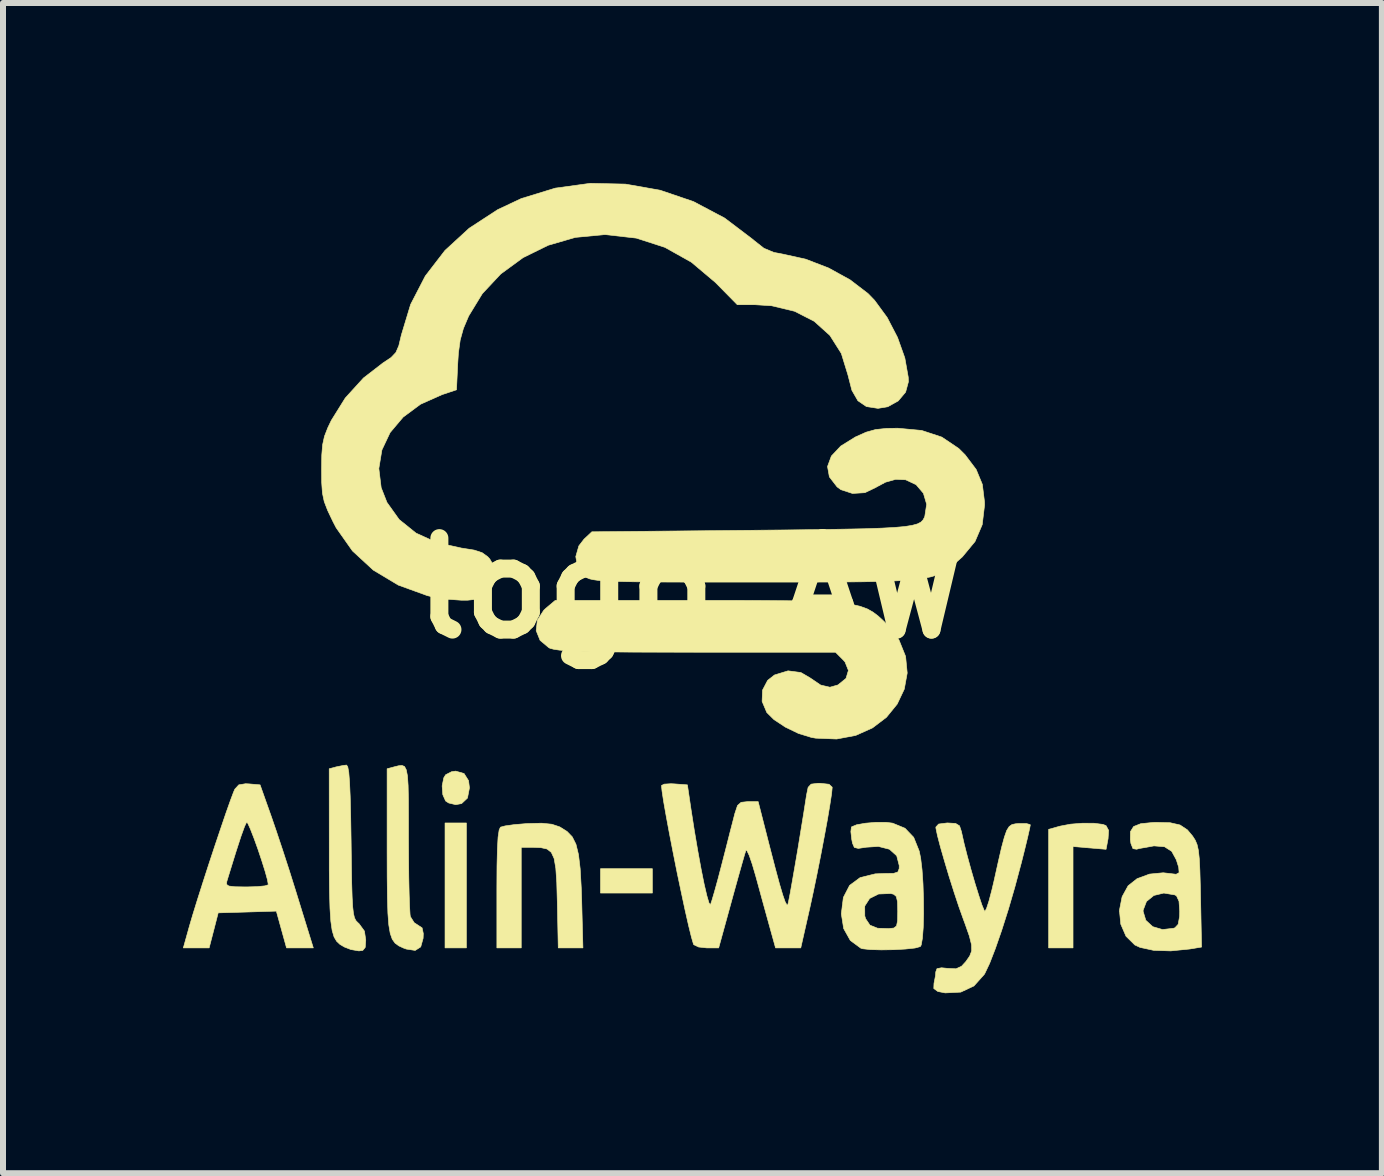
<source format=kicad_pcb>
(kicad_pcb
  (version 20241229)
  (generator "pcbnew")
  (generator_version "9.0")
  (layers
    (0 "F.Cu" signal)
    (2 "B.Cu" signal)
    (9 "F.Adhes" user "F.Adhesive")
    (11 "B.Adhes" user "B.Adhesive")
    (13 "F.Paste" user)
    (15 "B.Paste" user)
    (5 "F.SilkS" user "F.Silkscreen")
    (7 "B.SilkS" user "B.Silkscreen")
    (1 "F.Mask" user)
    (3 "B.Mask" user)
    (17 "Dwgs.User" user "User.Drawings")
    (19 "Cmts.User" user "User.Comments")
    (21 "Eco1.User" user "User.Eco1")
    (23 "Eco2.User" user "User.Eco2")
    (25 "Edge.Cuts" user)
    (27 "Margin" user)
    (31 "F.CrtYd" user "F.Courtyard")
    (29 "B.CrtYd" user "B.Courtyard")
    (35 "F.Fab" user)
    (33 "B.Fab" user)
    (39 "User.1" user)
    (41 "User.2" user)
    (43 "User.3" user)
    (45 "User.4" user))
  (footprint "logo_AW"
    (layer "F.Cu")
    (at 8.481 6.752)
    (property "Reference" "logo_AW" (at 0 0 0) (layer "F.SilkS") (effects (font (size 1.524 1.524) (thickness 0.3))))
    (attr through_hole)
    (fp_poly (pts (xy -3.759 5.994) (xy -4.115 5.994) (xy -4.115 3.912) (xy -3.759 3.912) (xy -3.759 5.994)) (stroke (width 0.01) (type solid)) (fill yes) (layer "F.SilkS"))
    (fp_poly (pts (xy -0.66 5.08) (xy -1.524 5.08) (xy -1.524 4.674) (xy -0.66 4.674) (xy -0.66 5.08)) (stroke (width 0.01) (type solid)) (fill yes) (layer "F.SilkS"))
    (fp_poly (pts (xy 6.701 3.917) (xy 6.848 3.936) (xy 6.9 3.956) (xy 6.943 4.035) (xy 6.934 4.175) (xy 6.901 4.351) (xy 6.35 4.305) (xy 6.35 5.994) (xy 5.944 5.994) (xy 5.944 4.018) (xy 6.134 3.965) (xy 6.308 3.932) (xy 6.509 3.916) (xy 6.701 3.917)) (stroke (width 0.01) (type solid)) (fill yes) (layer "F.SilkS"))
    (fp_poly (pts (xy -3.798 3.088) (xy -3.723 3.207) (xy -3.708 3.327) (xy -3.741 3.497) (xy -3.839 3.589) (xy -3.937 3.607) (xy -4.054 3.579) (xy -4.105 3.546) (xy -4.152 3.441) (xy -4.163 3.295) (xy -4.136 3.16) (xy -4.105 3.109) (xy -4.006 3.058) (xy -3.937 3.048) (xy -3.798 3.088)) (stroke (width 0.01) (type solid)) (fill yes) (layer "F.SilkS"))
    (fp_poly (pts (xy -2.336 3.933) (xy -2.207 3.976) (xy -2.194 3.983) (xy -2.081 4.054) (xy -1.995 4.143) (xy -1.933 4.267) (xy -1.891 4.439) (xy -1.863 4.674) (xy -1.845 4.988) (xy -1.838 5.194) (xy -1.817 5.994) (xy -2.228 5.994) (xy -2.244 5.228) (xy -2.253 4.904) (xy -2.269 4.667) (xy -2.297 4.504) (xy -2.344 4.402) (xy -2.415 4.346) (xy -2.518 4.323) (xy -2.651 4.318) (xy -2.845 4.318) (xy -2.845 5.994) (xy -3.251 5.994) (xy -3.251 5.007) (xy -3.249 4.629) (xy -3.242 4.345) (xy -3.231 4.148) (xy -3.213 4.029) (xy -3.191 3.982) (xy -3.113 3.961) (xy -2.964 3.94) (xy -2.774 3.924) (xy -2.743 3.922) (xy -2.504 3.916) (xy -2.336 3.933)) (stroke (width 0.01) (type solid)) (fill yes) (layer "F.SilkS"))
    (fp_poly (pts (xy -5.736 2.976) (xy -5.719 3.068) (xy -5.706 3.232) (xy -5.695 3.474) (xy -5.687 3.803) (xy -5.68 4.221) (xy -5.675 4.613) (xy -5.67 4.917) (xy -5.663 5.144) (xy -5.654 5.307) (xy -5.641 5.419) (xy -5.624 5.492) (xy -5.6 5.539) (xy -5.569 5.572) (xy -5.55 5.588) (xy -5.458 5.714) (xy -5.436 5.863) (xy -5.445 5.986) (xy -5.486 6.036) (xy -5.55 6.044) (xy -5.684 6.021) (xy -5.79 5.98) (xy -5.863 5.938) (xy -5.92 5.885) (xy -5.964 5.811) (xy -5.996 5.703) (xy -6.018 5.549) (xy -6.032 5.338) (xy -6.04 5.059) (xy -6.044 4.699) (xy -6.044 4.337) (xy -6.045 3.009) (xy -5.931 2.978) (xy -5.814 2.954) (xy -5.756 2.947) (xy -5.736 2.976)) (stroke (width 0.01) (type solid)) (fill yes) (layer "F.SilkS"))
    (fp_poly (pts (xy -4.79 2.971) (xy -4.761 3.026) (xy -4.741 3.128) (xy -4.73 3.289) (xy -4.725 3.519) (xy -4.724 3.831) (xy -4.724 4.153) (xy -4.722 4.499) (xy -4.719 4.816) (xy -4.713 5.088) (xy -4.706 5.299) (xy -4.698 5.434) (xy -4.693 5.472) (xy -4.628 5.575) (xy -4.564 5.616) (xy -4.497 5.66) (xy -4.477 5.755) (xy -4.48 5.834) (xy -4.52 5.977) (xy -4.612 6.036) (xy -4.762 6.013) (xy -4.808 5.996) (xy -4.885 5.96) (xy -4.947 5.915) (xy -4.994 5.85) (xy -5.028 5.753) (xy -5.052 5.612) (xy -5.067 5.417) (xy -5.075 5.156) (xy -5.079 4.816) (xy -5.08 4.387) (xy -5.08 4.363) (xy -5.08 3.009) (xy -4.966 2.978) (xy -4.89 2.959) (xy -4.833 2.953) (xy -4.79 2.971)) (stroke (width 0.01) (type solid)) (fill yes) (layer "F.SilkS"))
    (fp_poly (pts (xy -7.38 3.261) (xy -7.197 3.277) (xy -7.008 3.81) (xy -6.925 4.052) (xy -6.823 4.358) (xy -6.713 4.696) (xy -6.607 5.033) (xy -6.565 5.169) (xy -6.31 5.994) (xy -6.756 5.994) (xy -6.841 5.688) (xy -6.926 5.381) (xy -7.41 5.396) (xy -7.895 5.41) (xy -7.97 5.702) (xy -8.046 5.994) (xy -8.476 5.994) (xy -8.373 5.626) (xy -8.317 5.436) (xy -8.241 5.19) (xy -8.16 4.936) (xy -7.756 4.936) (xy -7.717 4.963) (xy -7.617 4.975) (xy -7.437 4.978) (xy -7.42 4.978) (xy -7.244 4.973) (xy -7.115 4.96) (xy -7.061 4.942) (xy -7.06 4.94) (xy -7.074 4.859) (xy -7.113 4.718) (xy -7.169 4.54) (xy -7.233 4.348) (xy -7.299 4.165) (xy -7.358 4.014) (xy -7.401 3.919) (xy -7.421 3.898) (xy -7.455 3.969) (xy -7.516 4.137) (xy -7.602 4.402) (xy -7.713 4.761) (xy -7.752 4.889) (xy -7.756 4.936) (xy -8.16 4.936) (xy -8.151 4.907) (xy -8.053 4.604) (xy -7.952 4.298) (xy -7.854 4.007) (xy -7.766 3.748) (xy -7.692 3.539) (xy -7.639 3.398) (xy -7.618 3.349) (xy -7.552 3.277) (xy -7.438 3.258) (xy -7.38 3.261)) (stroke (width 0.01) (type solid)) (fill yes) (layer "F.SilkS"))
    (fp_poly (pts (xy 0.695 0.203) (xy 1.201 0.205) (xy 1.624 0.209) (xy 1.973 0.216) (xy 2.256 0.228) (xy 2.484 0.246) (xy 2.664 0.27) (xy 2.807 0.303) (xy 2.922 0.345) (xy 3.016 0.398) (xy 3.101 0.462) (xy 3.184 0.538) (xy 3.247 0.601) (xy 3.449 0.861) (xy 3.56 1.136) (xy 3.587 1.413) (xy 3.538 1.682) (xy 3.42 1.931) (xy 3.241 2.151) (xy 3.008 2.328) (xy 2.729 2.453) (xy 2.411 2.513) (xy 2.062 2.499) (xy 1.989 2.486) (xy 1.774 2.42) (xy 1.555 2.314) (xy 1.366 2.189) (xy 1.247 2.071) (xy 1.169 1.886) (xy 1.176 1.698) (xy 1.261 1.536) (xy 1.375 1.446) (xy 1.601 1.377) (xy 1.815 1.405) (xy 1.965 1.492) (xy 2.145 1.614) (xy 2.299 1.65) (xy 2.433 1.612) (xy 2.567 1.503) (xy 2.607 1.37) (xy 2.551 1.23) (xy 2.516 1.191) (xy 2.392 1.067) (xy 0.076 1.067) (xy -0.485 1.066) (xy -0.954 1.065) (xy -1.338 1.062) (xy -1.647 1.057) (xy -1.889 1.051) (xy -2.073 1.043) (xy -2.207 1.032) (xy -2.301 1.018) (xy -2.363 1.002) (xy -2.384 0.992) (xy -2.531 0.869) (xy -2.596 0.707) (xy -2.576 0.532) (xy -2.47 0.368) (xy -2.435 0.335) (xy -2.278 0.203) (xy 0.096 0.203) (xy 0.695 0.203)) (stroke (width 0.01) (type solid)) (fill yes) (layer "F.SilkS"))
    (fp_poly (pts (xy 7.969 3.908) (xy 8.134 3.946) (xy 8.256 4.027) (xy 8.343 4.131) (xy 8.386 4.198) (xy 8.417 4.271) (xy 8.439 4.368) (xy 8.454 4.507) (xy 8.464 4.704) (xy 8.472 4.978) (xy 8.475 5.136) (xy 8.492 5.98) (xy 8.297 6.012) (xy 7.979 6.044) (xy 7.695 6.035) (xy 7.468 5.986) (xy 7.381 5.946) (xy 7.233 5.8) (xy 7.146 5.599) (xy 7.125 5.385) (xy 7.518 5.385) (xy 7.563 5.534) (xy 7.678 5.64) (xy 7.841 5.688) (xy 8.024 5.667) (xy 8.048 5.659) (xy 8.102 5.601) (xy 8.126 5.469) (xy 8.128 5.385) (xy 8.116 5.216) (xy 8.075 5.128) (xy 8.048 5.111) (xy 7.863 5.08) (xy 7.697 5.12) (xy 7.574 5.22) (xy 7.519 5.364) (xy 7.518 5.385) (xy 7.125 5.385) (xy 7.123 5.37) (xy 7.168 5.141) (xy 7.268 4.959) (xy 7.418 4.84) (xy 7.625 4.764) (xy 7.853 4.742) (xy 7.951 4.753) (xy 8.068 4.767) (xy 8.118 4.74) (xy 8.111 4.651) (xy 8.071 4.525) (xy 7.994 4.384) (xy 7.874 4.308) (xy 7.699 4.294) (xy 7.453 4.338) (xy 7.41 4.35) (xy 7.349 4.34) (xy 7.315 4.255) (xy 7.305 4.189) (xy 7.307 4.056) (xy 7.36 3.971) (xy 7.479 3.924) (xy 7.68 3.904) (xy 7.734 3.902) (xy 7.969 3.908)) (stroke (width 0.01) (type solid)) (fill yes) (layer "F.SilkS"))
    (fp_poly (pts (xy 3.239 3.902) (xy 3.343 3.915) (xy 3.55 4) (xy 3.695 4.152) (xy 3.787 4.381) (xy 3.811 4.498) (xy 3.834 4.691) (xy 3.85 4.925) (xy 3.858 5.178) (xy 3.86 5.428) (xy 3.854 5.654) (xy 3.84 5.834) (xy 3.82 5.946) (xy 3.805 5.972) (xy 3.717 5.996) (xy 3.559 6.013) (xy 3.361 6.024) (xy 3.155 6.027) (xy 2.972 6.022) (xy 2.843 6.008) (xy 2.814 5.999) (xy 2.639 5.87) (xy 2.528 5.672) (xy 2.489 5.426) (xy 2.505 5.297) (xy 2.879 5.297) (xy 2.88 5.462) (xy 2.894 5.508) (xy 2.966 5.615) (xy 3.093 5.666) (xy 3.277 5.672) (xy 3.364 5.663) (xy 3.409 5.628) (xy 3.426 5.544) (xy 3.429 5.385) (xy 3.425 5.223) (xy 3.405 5.137) (xy 3.36 5.099) (xy 3.31 5.088) (xy 3.109 5.096) (xy 2.961 5.17) (xy 2.879 5.297) (xy 2.505 5.297) (xy 2.523 5.153) (xy 2.627 4.952) (xy 2.803 4.822) (xy 3.054 4.76) (xy 3.213 4.754) (xy 3.359 4.752) (xy 3.43 4.73) (xy 3.453 4.674) (xy 3.454 4.622) (xy 3.412 4.459) (xy 3.291 4.35) (xy 3.106 4.303) (xy 2.906 4.316) (xy 2.772 4.336) (xy 2.706 4.32) (xy 2.675 4.249) (xy 2.662 4.182) (xy 2.648 4.057) (xy 2.657 3.981) (xy 2.66 3.977) (xy 2.744 3.942) (xy 2.892 3.916) (xy 3.069 3.901) (xy 3.239 3.902)) (stroke (width 0.01) (type solid)) (fill yes) (layer "F.SilkS"))
    (fp_poly (pts (xy 4.394 3.92) (xy 4.459 3.96) (xy 4.491 4.057) (xy 4.495 4.077) (xy 4.534 4.251) (xy 4.588 4.463) (xy 4.651 4.693) (xy 4.717 4.92) (xy 4.78 5.122) (xy 4.832 5.279) (xy 4.87 5.37) (xy 4.881 5.385) (xy 4.908 5.339) (xy 4.949 5.214) (xy 4.997 5.032) (xy 5.031 4.889) (xy 5.104 4.561) (xy 5.16 4.318) (xy 5.206 4.148) (xy 5.245 4.037) (xy 5.286 3.972) (xy 5.332 3.939) (xy 5.39 3.926) (xy 5.45 3.921) (xy 5.571 3.921) (xy 5.635 3.939) (xy 5.638 3.947) (xy 5.626 4.009) (xy 5.594 4.15) (xy 5.546 4.348) (xy 5.487 4.583) (xy 5.483 4.597) (xy 5.381 4.979) (xy 5.272 5.353) (xy 5.161 5.702) (xy 5.055 6.007) (xy 4.96 6.252) (xy 4.881 6.419) (xy 4.87 6.437) (xy 4.699 6.628) (xy 4.479 6.731) (xy 4.22 6.744) (xy 4.097 6.72) (xy 4.03 6.671) (xy 4.033 6.587) (xy 4.058 6.458) (xy 4.063 6.393) (xy 4.083 6.34) (xy 4.158 6.325) (xy 4.259 6.335) (xy 4.4 6.342) (xy 4.492 6.3) (xy 4.564 6.222) (xy 4.628 6.13) (xy 4.661 6.045) (xy 4.659 5.942) (xy 4.623 5.798) (xy 4.55 5.59) (xy 4.521 5.512) (xy 4.448 5.307) (xy 4.367 5.063) (xy 4.284 4.801) (xy 4.207 4.543) (xy 4.14 4.31) (xy 4.091 4.123) (xy 4.066 4.003) (xy 4.064 3.981) (xy 4.11 3.93) (xy 4.251 3.912) (xy 4.263 3.912) (xy 4.394 3.92)) (stroke (width 0.01) (type solid)) (fill yes) (layer "F.SilkS"))
    (fp_poly (pts (xy 3.828 -2.629) (xy 4.164 -2.518) (xy 4.445 -2.329) (xy 4.551 -2.224) (xy 4.736 -1.979) (xy 4.839 -1.73) (xy 4.875 -1.439) (xy 4.876 -1.386) (xy 4.837 -1.059) (xy 4.717 -0.778) (xy 4.507 -0.524) (xy 4.449 -0.472) (xy 4.361 -0.394) (xy 4.28 -0.329) (xy 4.197 -0.274) (xy 4.104 -0.228) (xy 3.992 -0.192) (xy 3.853 -0.163) (xy 3.677 -0.141) (xy 3.456 -0.125) (xy 3.182 -0.114) (xy 2.845 -0.107) (xy 2.437 -0.103) (xy 1.949 -0.102) (xy 1.373 -0.102) (xy 1.039 -0.102) (xy 0.447 -0.102) (xy -0.053 -0.102) (xy -0.468 -0.103) (xy -0.806 -0.105) (xy -1.077 -0.109) (xy -1.289 -0.114) (xy -1.449 -0.121) (xy -1.567 -0.131) (xy -1.651 -0.143) (xy -1.71 -0.157) (xy -1.751 -0.175) (xy -1.784 -0.197) (xy -1.797 -0.207) (xy -1.906 -0.351) (xy -1.936 -0.527) (xy -1.885 -0.705) (xy -1.799 -0.817) (xy -1.668 -0.94) (xy 0.982 -0.965) (xy 1.589 -0.971) (xy 2.102 -0.977) (xy 2.53 -0.984) (xy 2.88 -0.991) (xy 3.162 -1.001) (xy 3.382 -1.013) (xy 3.549 -1.028) (xy 3.671 -1.048) (xy 3.756 -1.071) (xy 3.813 -1.1) (xy 3.848 -1.134) (xy 3.871 -1.175) (xy 3.88 -1.197) (xy 3.911 -1.399) (xy 3.857 -1.582) (xy 3.735 -1.725) (xy 3.561 -1.807) (xy 3.395 -1.814) (xy 3.226 -1.767) (xy 3.076 -1.687) (xy 3.068 -1.681) (xy 2.882 -1.592) (xy 2.675 -1.579) (xy 2.482 -1.642) (xy 2.418 -1.689) (xy 2.29 -1.855) (xy 2.259 -2.028) (xy 2.323 -2.202) (xy 2.48 -2.369) (xy 2.725 -2.521) (xy 2.726 -2.521) (xy 2.902 -2.6) (xy 3.06 -2.644) (xy 3.241 -2.663) (xy 3.429 -2.666) (xy 3.828 -2.629)) (stroke (width 0.01) (type solid)) (fill yes) (layer "F.SilkS"))
    (fp_poly (pts (xy 2.284 3.267) (xy 2.336 3.315) (xy 2.337 3.321) (xy 2.327 3.423) (xy 2.299 3.606) (xy 2.258 3.851) (xy 2.205 4.139) (xy 2.146 4.45) (xy 2.083 4.767) (xy 2.02 5.07) (xy 1.971 5.296) (xy 1.813 5.994) (xy 1.393 5.994) (xy 1.298 5.652) (xy 1.241 5.446) (xy 1.169 5.185) (xy 1.095 4.914) (xy 1.064 4.801) (xy 1.005 4.6) (xy 0.954 4.452) (xy 0.915 4.372) (xy 0.899 4.369) (xy 0.876 4.442) (xy 0.832 4.595) (xy 0.772 4.808) (xy 0.701 5.063) (xy 0.658 5.22) (xy 0.445 5.994) (xy 0.246 5.994) (xy 0.11 5.979) (xy 0.031 5.941) (xy 0.025 5.931) (xy -0.009 5.814) (xy -0.057 5.619) (xy -0.115 5.363) (xy -0.179 5.064) (xy -0.247 4.741) (xy -0.313 4.41) (xy -0.375 4.091) (xy -0.429 3.8) (xy -0.472 3.557) (xy -0.499 3.379) (xy -0.508 3.288) (xy -0.463 3.265) (xy -0.35 3.258) (xy -0.292 3.261) (xy -0.076 3.277) (xy -0.016 3.683) (xy 0.04 4.041) (xy 0.097 4.377) (xy 0.152 4.678) (xy 0.203 4.931) (xy 0.248 5.124) (xy 0.283 5.243) (xy 0.306 5.276) (xy 0.308 5.274) (xy 0.333 5.201) (xy 0.377 5.051) (xy 0.434 4.845) (xy 0.497 4.603) (xy 0.505 4.572) (xy 0.572 4.312) (xy 0.633 4.071) (xy 0.684 3.874) (xy 0.716 3.749) (xy 0.717 3.747) (xy 0.759 3.621) (xy 0.819 3.568) (xy 0.93 3.556) (xy 0.934 3.556) (xy 1.103 3.556) (xy 1.294 4.305) (xy 1.387 4.663) (xy 1.459 4.93) (xy 1.514 5.115) (xy 1.554 5.228) (xy 1.582 5.277) (xy 1.596 5.278) (xy 1.609 5.224) (xy 1.636 5.087) (xy 1.672 4.884) (xy 1.716 4.631) (xy 1.765 4.345) (xy 1.814 4.044) (xy 1.863 3.743) (xy 1.907 3.461) (xy 1.91 3.442) (xy 1.936 3.318) (xy 1.986 3.265) (xy 2.094 3.251) (xy 2.138 3.251) (xy 2.284 3.267)) (stroke (width 0.01) (type solid)) (fill yes) (layer "F.SilkS"))
    (fp_poly (pts (xy -1.108 -6.734) (xy -0.53 -6.632) (xy 0.025 -6.443) (xy 0.545 -6.168) (xy 1.016 -5.811) (xy 1.035 -5.794) (xy 1.199 -5.665) (xy 1.364 -5.596) (xy 1.516 -5.567) (xy 1.896 -5.483) (xy 2.279 -5.335) (xy 2.635 -5.139) (xy 2.934 -4.91) (xy 3.042 -4.799) (xy 3.253 -4.511) (xy 3.425 -4.18) (xy 3.547 -3.838) (xy 3.604 -3.517) (xy 3.607 -3.44) (xy 3.56 -3.267) (xy 3.437 -3.121) (xy 3.263 -3.024) (xy 3.1 -2.997) (xy 2.907 -3.027) (xy 2.765 -3.124) (xy 2.665 -3.298) (xy 2.599 -3.555) (xy 2.489 -3.912) (xy 2.299 -4.212) (xy 2.037 -4.448) (xy 1.71 -4.615) (xy 1.327 -4.707) (xy 1.055 -4.724) (xy 0.756 -4.724) (xy 0.391 -5.095) (xy -0.01 -5.433) (xy -0.451 -5.68) (xy -0.927 -5.834) (xy -1.432 -5.891) (xy -1.473 -5.891) (xy -1.943 -5.846) (xy -2.395 -5.715) (xy -2.814 -5.509) (xy -3.186 -5.237) (xy -3.494 -4.908) (xy -3.721 -4.536) (xy -3.809 -4.328) (xy -3.862 -4.137) (xy -3.892 -3.92) (xy -3.903 -3.749) (xy -3.924 -3.306) (xy -4.164 -3.226) (xy -4.523 -3.066) (xy -4.813 -2.851) (xy -5.03 -2.594) (xy -5.167 -2.304) (xy -5.218 -1.995) (xy -5.179 -1.675) (xy -5.083 -1.43) (xy -4.879 -1.144) (xy -4.598 -0.918) (xy -4.247 -0.758) (xy -3.833 -0.667) (xy -3.828 -0.667) (xy -3.628 -0.635) (xy -3.497 -0.592) (xy -3.404 -0.525) (xy -3.37 -0.488) (xy -3.269 -0.314) (xy -3.27 -0.144) (xy -3.371 0.025) (xy -3.4 0.055) (xy -3.499 0.141) (xy -3.599 0.185) (xy -3.739 0.2) (xy -3.844 0.2) (xy -4.07 0.184) (xy -4.308 0.147) (xy -4.409 0.124) (xy -4.894 -0.052) (xy -5.311 -0.302) (xy -5.657 -0.621) (xy -5.929 -1.007) (xy -5.981 -1.107) (xy -6.071 -1.296) (xy -6.128 -1.444) (xy -6.158 -1.585) (xy -6.17 -1.758) (xy -6.172 -1.98) (xy -6.169 -2.218) (xy -6.155 -2.39) (xy -6.124 -2.531) (xy -6.068 -2.675) (xy -6.01 -2.796) (xy -5.777 -3.17) (xy -5.474 -3.503) (xy -5.149 -3.754) (xy -5.014 -3.844) (xy -4.934 -3.928) (xy -4.885 -4.041) (xy -4.843 -4.218) (xy -4.843 -4.218) (xy -4.688 -4.73) (xy -4.444 -5.202) (xy -4.116 -5.628) (xy -3.712 -5.999) (xy -3.238 -6.308) (xy -2.845 -6.493) (xy -2.278 -6.667) (xy -1.695 -6.747) (xy -1.108 -6.734)) (stroke (width 0.01) (type solid)) (fill yes) (layer "F.SilkS")))
  (gr_rect
    (start -3 -3)
    (end 19.978 16.5)
    (stroke (width 0.1) (type default))
    (fill no)
    (layer "Edge.Cuts")))
</source>
